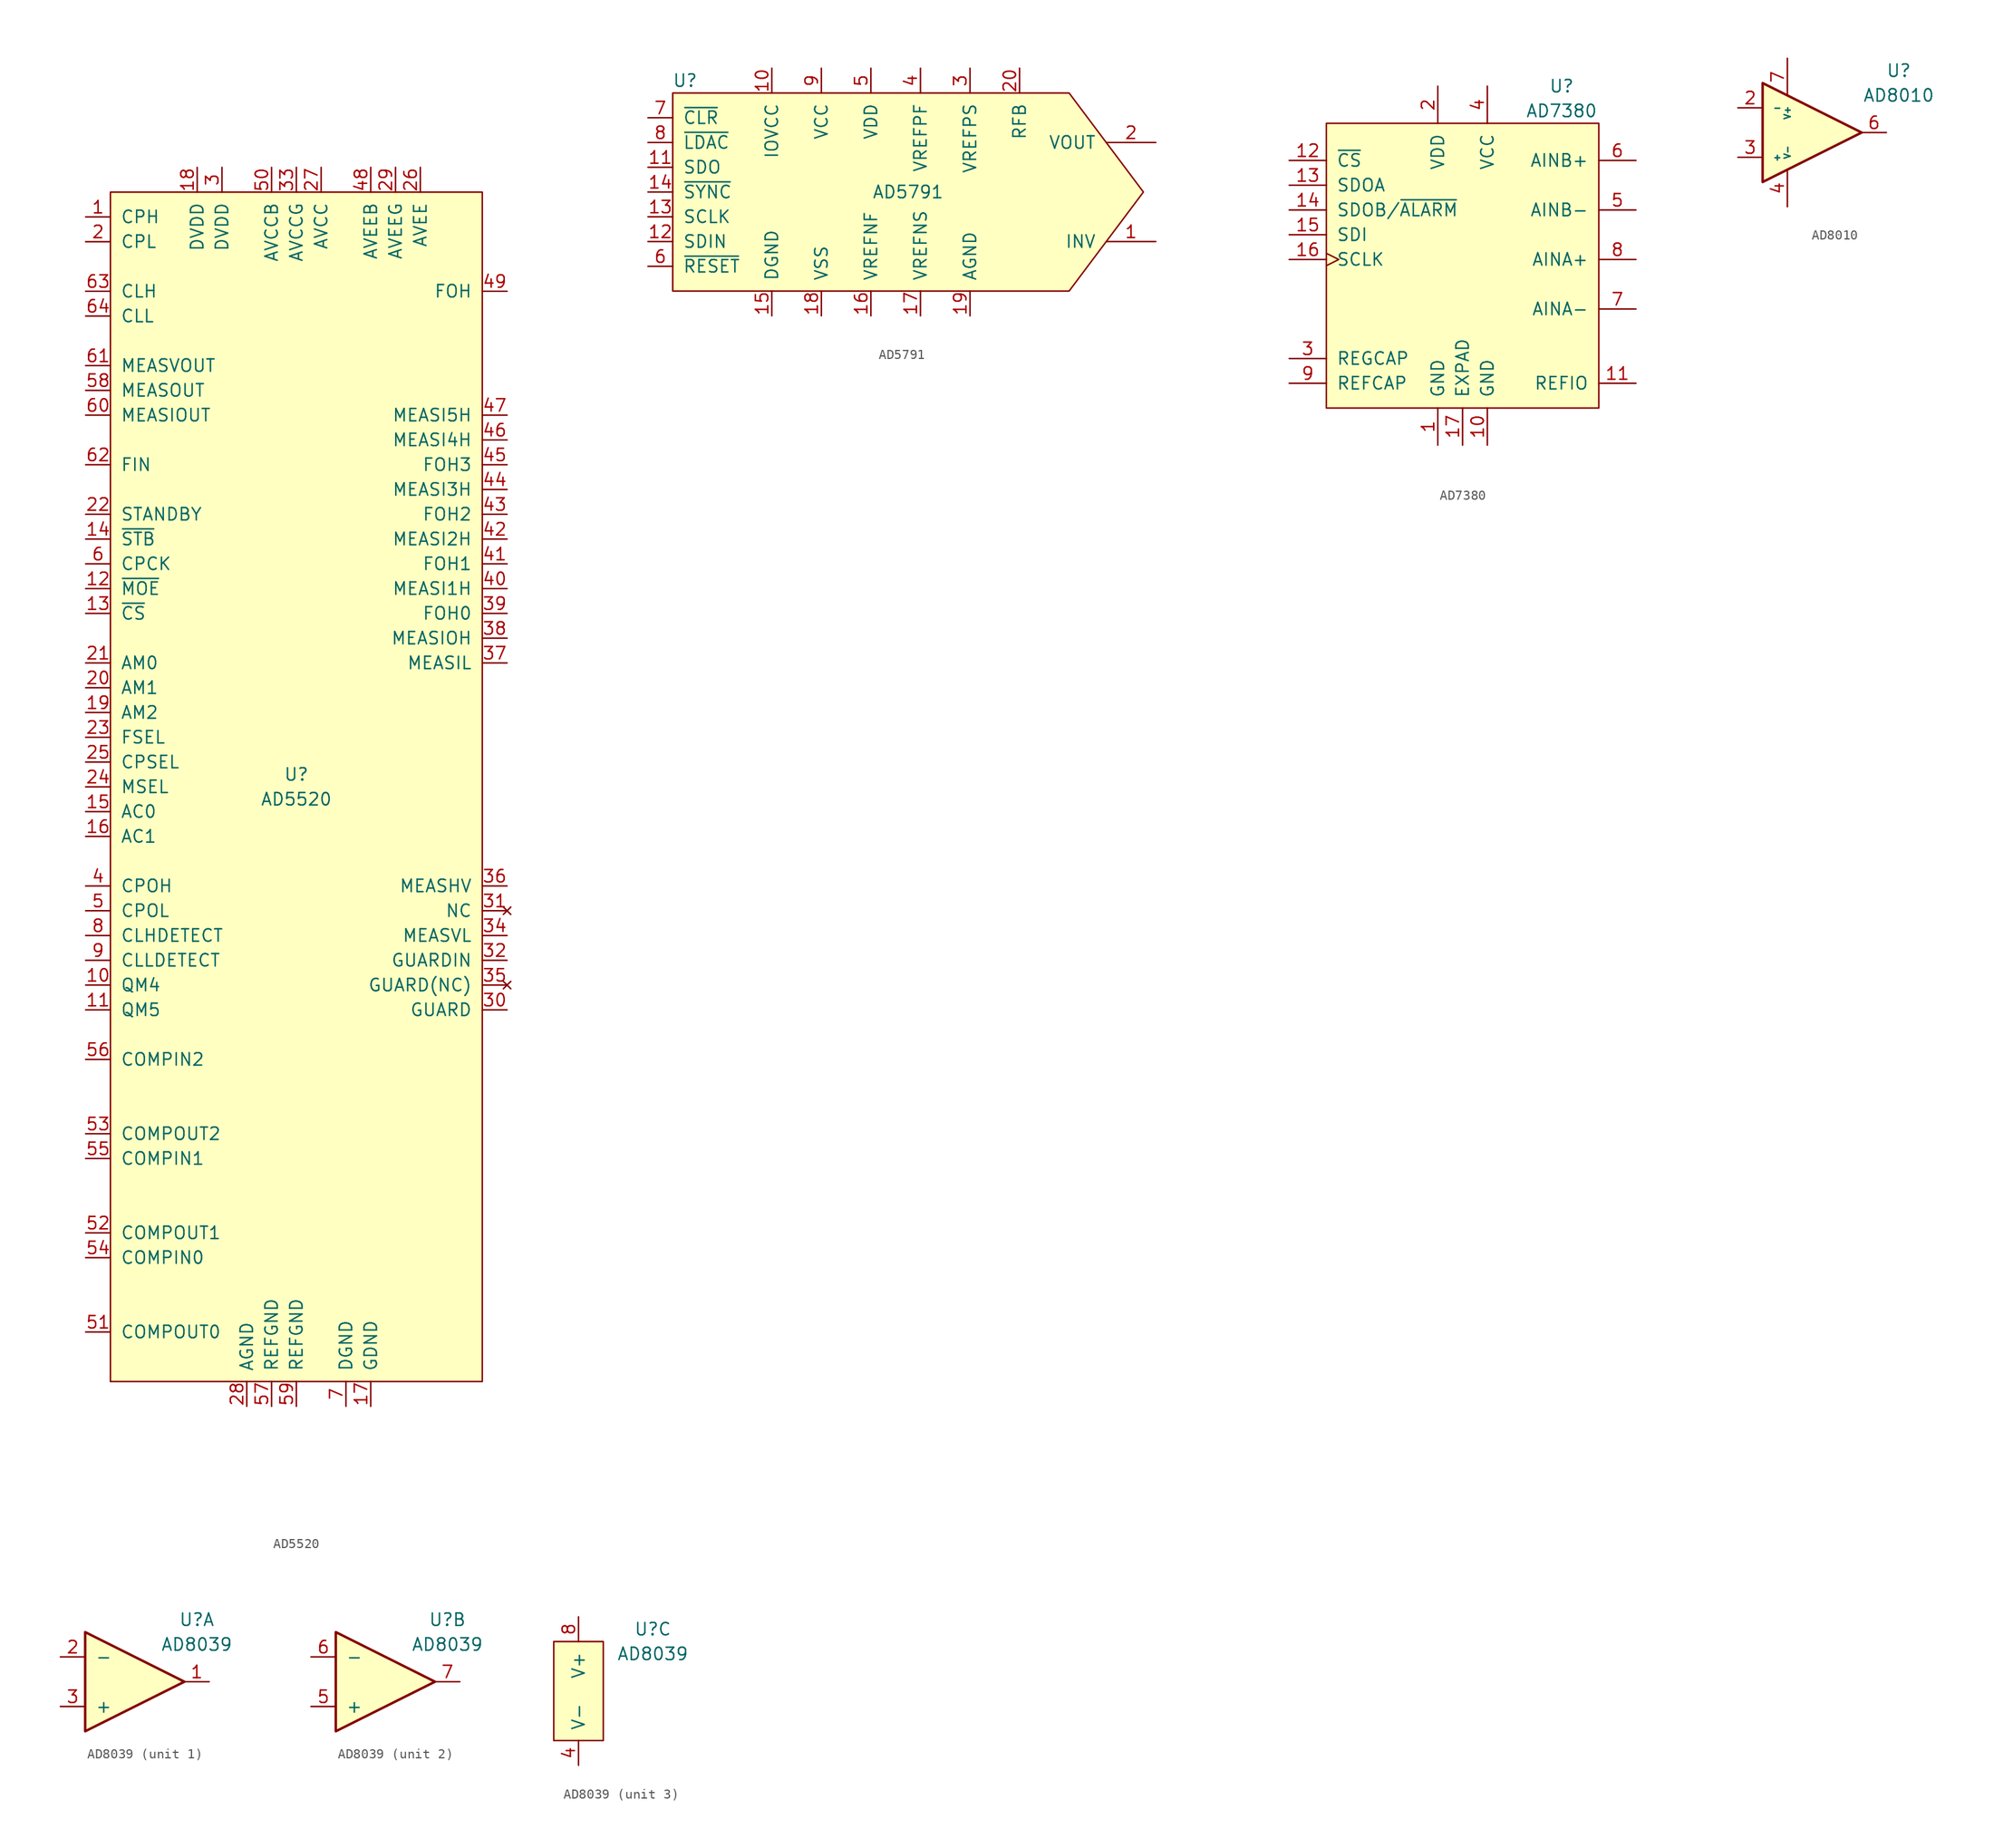
<source format=kicad_sym>
(kicad_symbol_lib
  (version 20220914)
  (generator kicad_symbol_editor)
  (symbol "AD5520"
    (pin_names
      (offset 1.016))
    (property "Reference" "U"
      (at 0 1.27 0)
      (effects (font (size 1.27 1.27))))
    (property "Value" "AD5520"
      (at 0 -1.27 0)
      (effects (font (size 1.27 1.27))))
    (symbol "AD5520_0_1"
      (rectangle (start -19.05 60.96) (end 19.05 -60.96) (stroke (width 0) (type solid)) (fill (type background))))
    (symbol "AD5520_1_1"
      (pin input line (at -21.59 58.42 0) (length 2.54) (name "CPH" (effects (font (size 1.27 1.27)))) (number "1" (effects (font (size 1.27 1.27)))))
      (pin output line (at -21.59 -20.32 0) (length 2.54) (name "QM4" (effects (font (size 1.27 1.27)))) (number "10" (effects (font (size 1.27 1.27)))))
      (pin output line (at -21.59 -22.86 0) (length 2.54) (name "QM5" (effects (font (size 1.27 1.27)))) (number "11" (effects (font (size 1.27 1.27)))))
      (pin input line (at -21.59 20.32 0) (length 2.54) (name "~{MOE}" (effects (font (size 1.27 1.27)))) (number "12" (effects (font (size 1.27 1.27)))))
      (pin input line (at -21.59 17.78 0) (length 2.54) (name "~{CS}" (effects (font (size 1.27 1.27)))) (number "13" (effects (font (size 1.27 1.27)))))
      (pin input line (at -21.59 25.4 0) (length 2.54) (name "~{STB}" (effects (font (size 1.27 1.27)))) (number "14" (effects (font (size 1.27 1.27)))))
      (pin input line (at -21.59 -2.54 0) (length 2.54) (name "AC0" (effects (font (size 1.27 1.27)))) (number "15" (effects (font (size 1.27 1.27)))))
      (pin input line (at -21.59 -5.08 0) (length 2.54) (name "AC1" (effects (font (size 1.27 1.27)))) (number "16" (effects (font (size 1.27 1.27)))))
      (pin passive line (at 7.62 -63.5 90) (length 2.54) (name "GDND" (effects (font (size 1.27 1.27)))) (number "17" (effects (font (size 1.27 1.27)))))
      (pin passive line (at -10.16 63.5 270) (length 2.54) (name "DVDD" (effects (font (size 1.27 1.27)))) (number "18" (effects (font (size 1.27 1.27)))))
      (pin input line (at -21.59 7.62 0) (length 2.54) (name "AM2" (effects (font (size 1.27 1.27)))) (number "19" (effects (font (size 1.27 1.27)))))
      (pin input line (at -21.59 55.88 0) (length 2.54) (name "CPL" (effects (font (size 1.27 1.27)))) (number "2" (effects (font (size 1.27 1.27)))))
      (pin input line (at -21.59 10.16 0) (length 2.54) (name "AM1" (effects (font (size 1.27 1.27)))) (number "20" (effects (font (size 1.27 1.27)))))
      (pin input line (at -21.59 12.7 0) (length 2.54) (name "AM0" (effects (font (size 1.27 1.27)))) (number "21" (effects (font (size 1.27 1.27)))))
      (pin input line (at -21.59 27.94 0) (length 2.54) (name "STANDBY" (effects (font (size 1.27 1.27)))) (number "22" (effects (font (size 1.27 1.27)))))
      (pin input line (at -21.59 5.08 0) (length 2.54) (name "FSEL" (effects (font (size 1.27 1.27)))) (number "23" (effects (font (size 1.27 1.27)))))
      (pin input line (at -21.59 0 0) (length 2.54) (name "MSEL" (effects (font (size 1.27 1.27)))) (number "24" (effects (font (size 1.27 1.27)))))
      (pin input line (at -21.59 2.54 0) (length 2.54) (name "CPSEL" (effects (font (size 1.27 1.27)))) (number "25" (effects (font (size 1.27 1.27)))))
      (pin passive line (at 12.7 63.5 270) (length 2.54) (name "AVEE" (effects (font (size 1.27 1.27)))) (number "26" (effects (font (size 1.27 1.27)))))
      (pin passive line (at 2.54 63.5 270) (length 2.54) (name "AVCC" (effects (font (size 1.27 1.27)))) (number "27" (effects (font (size 1.27 1.27)))))
      (pin passive line (at -5.08 -63.5 90) (length 2.54) (name "AGND" (effects (font (size 1.27 1.27)))) (number "28" (effects (font (size 1.27 1.27)))))
      (pin passive line (at 10.16 63.5 270) (length 2.54) (name "AVEEG" (effects (font (size 1.27 1.27)))) (number "29" (effects (font (size 1.27 1.27)))))
      (pin passive line (at -7.62 63.5 270) (length 2.54) (name "DVDD" (effects (font (size 1.27 1.27)))) (number "3" (effects (font (size 1.27 1.27)))))
      (pin output line (at 21.59 -22.86 180) (length 2.54) (name "GUARD" (effects (font (size 1.27 1.27)))) (number "30" (effects (font (size 1.27 1.27)))))
      (pin no_connect line (at 21.59 -12.7 180) (length 2.54) (name "NC" (effects (font (size 1.27 1.27)))) (number "31" (effects (font (size 1.27 1.27)))))
      (pin input line (at 21.59 -17.78 180) (length 2.54) (name "GUARDIN" (effects (font (size 1.27 1.27)))) (number "32" (effects (font (size 1.27 1.27)))))
      (pin passive line (at 0 63.5 270) (length 2.54) (name "AVCCG" (effects (font (size 1.27 1.27)))) (number "33" (effects (font (size 1.27 1.27)))))
      (pin input line (at 21.59 -15.24 180) (length 2.54) (name "MEASVL" (effects (font (size 1.27 1.27)))) (number "34" (effects (font (size 1.27 1.27)))))
      (pin no_connect line (at 21.59 -20.32 180) (length 2.54) (name "GUARD(NC)" (effects (font (size 1.27 1.27)))) (number "35" (effects (font (size 1.27 1.27)))))
      (pin input line (at 21.59 -10.16 180) (length 2.54) (name "MEASHV" (effects (font (size 1.27 1.27)))) (number "36" (effects (font (size 1.27 1.27)))))
      (pin input line (at 21.59 12.7 180) (length 2.54) (name "MEASIL" (effects (font (size 1.27 1.27)))) (number "37" (effects (font (size 1.27 1.27)))))
      (pin input line (at 21.59 15.24 180) (length 2.54) (name "MEASIOH" (effects (font (size 1.27 1.27)))) (number "38" (effects (font (size 1.27 1.27)))))
      (pin output line (at 21.59 17.78 180) (length 2.54) (name "FOH0" (effects (font (size 1.27 1.27)))) (number "39" (effects (font (size 1.27 1.27)))))
      (pin output line (at -21.59 -10.16 0) (length 2.54) (name "CPOH" (effects (font (size 1.27 1.27)))) (number "4" (effects (font (size 1.27 1.27)))))
      (pin input line (at 21.59 20.32 180) (length 2.54) (name "MEASI1H" (effects (font (size 1.27 1.27)))) (number "40" (effects (font (size 1.27 1.27)))))
      (pin output line (at 21.59 22.86 180) (length 2.54) (name "FOH1" (effects (font (size 1.27 1.27)))) (number "41" (effects (font (size 1.27 1.27)))))
      (pin input line (at 21.59 25.4 180) (length 2.54) (name "MEASI2H" (effects (font (size 1.27 1.27)))) (number "42" (effects (font (size 1.27 1.27)))))
      (pin output line (at 21.59 27.94 180) (length 2.54) (name "FOH2" (effects (font (size 1.27 1.27)))) (number "43" (effects (font (size 1.27 1.27)))))
      (pin input line (at 21.59 30.48 180) (length 2.54) (name "MEASI3H" (effects (font (size 1.27 1.27)))) (number "44" (effects (font (size 1.27 1.27)))))
      (pin output line (at 21.59 33.02 180) (length 2.54) (name "FOH3" (effects (font (size 1.27 1.27)))) (number "45" (effects (font (size 1.27 1.27)))))
      (pin input line (at 21.59 35.56 180) (length 2.54) (name "MEASI4H" (effects (font (size 1.27 1.27)))) (number "46" (effects (font (size 1.27 1.27)))))
      (pin input line (at 21.59 38.1 180) (length 2.54) (name "MEASI5H" (effects (font (size 1.27 1.27)))) (number "47" (effects (font (size 1.27 1.27)))))
      (pin passive line (at 7.62 63.5 270) (length 2.54) (name "AVEEB" (effects (font (size 1.27 1.27)))) (number "48" (effects (font (size 1.27 1.27)))))
      (pin output line (at 21.59 50.8 180) (length 2.54) (name "FOH" (effects (font (size 1.27 1.27)))) (number "49" (effects (font (size 1.27 1.27)))))
      (pin output line (at -21.59 -12.7 0) (length 2.54) (name "CPOL" (effects (font (size 1.27 1.27)))) (number "5" (effects (font (size 1.27 1.27)))))
      (pin passive line (at -2.54 63.5 270) (length 2.54) (name "AVCCB" (effects (font (size 1.27 1.27)))) (number "50" (effects (font (size 1.27 1.27)))))
      (pin output line (at -21.59 -55.88 0) (length 2.54) (name "COMPOUT0" (effects (font (size 1.27 1.27)))) (number "51" (effects (font (size 1.27 1.27)))))
      (pin output line (at -21.59 -45.72 0) (length 2.54) (name "COMPOUT1" (effects (font (size 1.27 1.27)))) (number "52" (effects (font (size 1.27 1.27)))))
      (pin output line (at -21.59 -35.56 0) (length 2.54) (name "COMPOUT2" (effects (font (size 1.27 1.27)))) (number "53" (effects (font (size 1.27 1.27)))))
      (pin input line (at -21.59 -48.26 0) (length 2.54) (name "COMPIN0" (effects (font (size 1.27 1.27)))) (number "54" (effects (font (size 1.27 1.27)))))
      (pin input line (at -21.59 -38.1 0) (length 2.54) (name "COMPIN1" (effects (font (size 1.27 1.27)))) (number "55" (effects (font (size 1.27 1.27)))))
      (pin input line (at -21.59 -27.94 0) (length 2.54) (name "COMPIN2" (effects (font (size 1.27 1.27)))) (number "56" (effects (font (size 1.27 1.27)))))
      (pin passive line (at -2.54 -63.5 90) (length 2.54) (name "REFGND" (effects (font (size 1.27 1.27)))) (number "57" (effects (font (size 1.27 1.27)))))
      (pin output line (at -21.59 40.64 0) (length 2.54) (name "MEASOUT" (effects (font (size 1.27 1.27)))) (number "58" (effects (font (size 1.27 1.27)))))
      (pin passive line (at 0 -63.5 90) (length 2.54) (name "REFGND" (effects (font (size 1.27 1.27)))) (number "59" (effects (font (size 1.27 1.27)))))
      (pin input line (at -21.59 22.86 0) (length 2.54) (name "CPCK" (effects (font (size 1.27 1.27)))) (number "6" (effects (font (size 1.27 1.27)))))
      (pin output line (at -21.59 38.1 0) (length 2.54) (name "MEASIOUT" (effects (font (size 1.27 1.27)))) (number "60" (effects (font (size 1.27 1.27)))))
      (pin output line (at -21.59 43.18 0) (length 2.54) (name "MEASVOUT" (effects (font (size 1.27 1.27)))) (number "61" (effects (font (size 1.27 1.27)))))
      (pin input line (at -21.59 33.02 0) (length 2.54) (name "FIN" (effects (font (size 1.27 1.27)))) (number "62" (effects (font (size 1.27 1.27)))))
      (pin input line (at -21.59 50.8 0) (length 2.54) (name "CLH" (effects (font (size 1.27 1.27)))) (number "63" (effects (font (size 1.27 1.27)))))
      (pin input line (at -21.59 48.26 0) (length 2.54) (name "CLL" (effects (font (size 1.27 1.27)))) (number "64" (effects (font (size 1.27 1.27)))))
      (pin passive line (at 5.08 -63.5 90) (length 2.54) (name "DGND" (effects (font (size 1.27 1.27)))) (number "7" (effects (font (size 1.27 1.27)))))
      (pin output line (at -21.59 -15.24 0) (length 2.54) (name "CLHDETECT" (effects (font (size 1.27 1.27)))) (number "8" (effects (font (size 1.27 1.27)))))
      (pin output line (at -21.59 -17.78 0) (length 2.54) (name "CLLDETECT" (effects (font (size 1.27 1.27)))) (number "9" (effects (font (size 1.27 1.27)))))))
  (symbol "AD5791"
    (pin_names
      (offset 1.016))
    (property "Reference" "U"
      (at -22.86 11.43 0)
      (effects (font (size 1.27 1.27))))
    (property "Value" "AD5791"
      (at 0 0 0)
      (effects (font (size 1.27 1.27))))
    (symbol "AD5791_0_1"
      (polyline (pts (xy 24.13 0) (xy 16.51 10.16) (xy -24.13 10.16) (xy -24.13 -10.16) (xy 16.51 -10.16) (xy 24.13 0)) (stroke (width 0) (type solid)) (fill (type background))))
    (symbol "AD5791_1_1"
      (pin output line (at 25.4 -5.08 180) (length 5.08) (name "INV" (effects (font (size 1.27 1.27)))) (number "1" (effects (font (size 1.27 1.27)))))
      (pin passive line (at -13.97 12.7 270) (length 2.54) (name "IOVCC" (effects (font (size 1.27 1.27)))) (number "10" (effects (font (size 1.27 1.27)))))
      (pin output line (at -26.67 2.54 0) (length 2.54) (name "SDO" (effects (font (size 1.27 1.27)))) (number "11" (effects (font (size 1.27 1.27)))))
      (pin input line (at -26.67 -5.08 0) (length 2.54) (name "SDIN" (effects (font (size 1.27 1.27)))) (number "12" (effects (font (size 1.27 1.27)))))
      (pin input line (at -26.67 -2.54 0) (length 2.54) (name "SCLK" (effects (font (size 1.27 1.27)))) (number "13" (effects (font (size 1.27 1.27)))))
      (pin input line (at -26.67 0 0) (length 2.54) (name "~{SYNC}" (effects (font (size 1.27 1.27)))) (number "14" (effects (font (size 1.27 1.27)))))
      (pin passive line (at -13.97 -12.7 90) (length 2.54) (name "DGND" (effects (font (size 1.27 1.27)))) (number "15" (effects (font (size 1.27 1.27)))))
      (pin passive line (at -3.81 -12.7 90) (length 2.54) (name "VREFNF" (effects (font (size 1.27 1.27)))) (number "16" (effects (font (size 1.27 1.27)))))
      (pin passive line (at 1.27 -12.7 90) (length 2.54) (name "VREFNS" (effects (font (size 1.27 1.27)))) (number "17" (effects (font (size 1.27 1.27)))))
      (pin passive line (at -8.89 -12.7 90) (length 2.54) (name "VSS" (effects (font (size 1.27 1.27)))) (number "18" (effects (font (size 1.27 1.27)))))
      (pin passive line (at 6.35 -12.7 90) (length 2.54) (name "AGND" (effects (font (size 1.27 1.27)))) (number "19" (effects (font (size 1.27 1.27)))))
      (pin output line (at 25.4 5.08 180) (length 5.08) (name "VOUT" (effects (font (size 1.27 1.27)))) (number "2" (effects (font (size 1.27 1.27)))))
      (pin passive line (at 11.43 12.7 270) (length 2.54) (name "RFB" (effects (font (size 1.27 1.27)))) (number "20" (effects (font (size 1.27 1.27)))))
      (pin passive line (at 6.35 12.7 270) (length 2.54) (name "VREFPS" (effects (font (size 1.27 1.27)))) (number "3" (effects (font (size 1.27 1.27)))))
      (pin passive line (at 1.27 12.7 270) (length 2.54) (name "VREFPF" (effects (font (size 1.27 1.27)))) (number "4" (effects (font (size 1.27 1.27)))))
      (pin passive line (at -3.81 12.7 270) (length 2.54) (name "VDD" (effects (font (size 1.27 1.27)))) (number "5" (effects (font (size 1.27 1.27)))))
      (pin input line (at -26.67 -7.62 0) (length 2.54) (name "~{RESET}" (effects (font (size 1.27 1.27)))) (number "6" (effects (font (size 1.27 1.27)))))
      (pin input line (at -26.67 7.62 0) (length 2.54) (name "~{CLR}" (effects (font (size 1.27 1.27)))) (number "7" (effects (font (size 1.27 1.27)))))
      (pin input line (at -26.67 5.08 0) (length 2.54) (name "~{LDAC}" (effects (font (size 1.27 1.27)))) (number "8" (effects (font (size 1.27 1.27)))))
      (pin passive line (at -8.89 12.7 270) (length 2.54) (name "VCC" (effects (font (size 1.27 1.27)))) (number "9" (effects (font (size 1.27 1.27)))))))
  (symbol "AD7380"
    (pin_names
      (offset 1.016))
    (property "Reference" "U"
      (at 10.16 19.05 0)
      (effects (font (size 1.27 1.27))))
    (property "Value" "AD7380"
      (at 10.16 16.51 0)
      (effects (font (size 1.27 1.27))))
    (symbol "AD7380_0_1"
      (rectangle (start -13.97 15.24) (end 13.97 -13.97) (stroke (width 0) (type solid)) (fill (type background))))
    (symbol "AD7380_1_1"
      (pin passive line (at -2.54 -17.78 90) (length 3.81) (name "GND" (effects (font (size 1.27 1.27)))) (number "1" (effects (font (size 1.27 1.27)))))
      (pin passive line (at 2.54 -17.78 90) (length 3.81) (name "GND" (effects (font (size 1.27 1.27)))) (number "10" (effects (font (size 1.27 1.27)))))
      (pin passive line (at 17.78 -11.43 180) (length 3.81) (name "REFIO" (effects (font (size 1.27 1.27)))) (number "11" (effects (font (size 1.27 1.27)))))
      (pin input line (at -17.78 11.43 0) (length 3.81) (name "~{CS}" (effects (font (size 1.27 1.27)))) (number "12" (effects (font (size 1.27 1.27)))))
      (pin output line (at -17.78 8.89 0) (length 3.81) (name "SDOA" (effects (font (size 1.27 1.27)))) (number "13" (effects (font (size 1.27 1.27)))))
      (pin output line (at -17.78 6.35 0) (length 3.81) (name "SDOB/~{ALARM}" (effects (font (size 1.27 1.27)))) (number "14" (effects (font (size 1.27 1.27)))))
      (pin input line (at -17.78 3.81 0) (length 3.81) (name "SDI" (effects (font (size 1.27 1.27)))) (number "15" (effects (font (size 1.27 1.27)))))
      (pin input clock (at -17.78 1.27 0) (length 3.81) (name "SCLK" (effects (font (size 1.27 1.27)))) (number "16" (effects (font (size 1.27 1.27)))))
      (pin passive line (at 0 -17.78 90) (length 3.81) (name "EXPAD" (effects (font (size 1.27 1.27)))) (number "17" (effects (font (size 1.27 1.27)))))
      (pin passive line (at -2.54 19.05 270) (length 3.81) (name "VDD" (effects (font (size 1.27 1.27)))) (number "2" (effects (font (size 1.27 1.27)))))
      (pin passive line (at -17.78 -8.89 0) (length 3.81) (name "REGCAP" (effects (font (size 1.27 1.27)))) (number "3" (effects (font (size 1.27 1.27)))))
      (pin passive line (at 2.54 19.05 270) (length 3.81) (name "VCC" (effects (font (size 1.27 1.27)))) (number "4" (effects (font (size 1.27 1.27)))))
      (pin input line (at 17.78 6.35 180) (length 3.81) (name "AINB-" (effects (font (size 1.27 1.27)))) (number "5" (effects (font (size 1.27 1.27)))))
      (pin input line (at 17.78 11.43 180) (length 3.81) (name "AINB+" (effects (font (size 1.27 1.27)))) (number "6" (effects (font (size 1.27 1.27)))))
      (pin input line (at 17.78 -3.81 180) (length 3.81) (name "AINA-" (effects (font (size 1.27 1.27)))) (number "7" (effects (font (size 1.27 1.27)))))
      (pin input line (at 17.78 1.27 180) (length 3.81) (name "AINA+" (effects (font (size 1.27 1.27)))) (number "8" (effects (font (size 1.27 1.27)))))
      (pin passive line (at -17.78 -11.43 0) (length 3.81) (name "REFCAP" (effects (font (size 1.27 1.27)))) (number "9" (effects (font (size 1.27 1.27)))))))
  (symbol "AD8010"
    (pin_names
      (offset 1.016))
    (property "Reference" "U"
      (at 10.16 6.35 0)
      (effects (font (size 1.27 1.27))))
    (property "Value" "AD8010"
      (at 10.16 3.81 0)
      (effects (font (size 1.27 1.27))))
    (symbol "AD8010_1_1"
      (polyline (pts (xy -3.81 5.08) (xy 6.35 0) (xy -3.81 -5.08) (xy -3.81 5.08)) (stroke (width 0.254) (type solid)) (fill (type background)))
      (pin no_connect non_logic (at 1.27 2.54 270) (length 0) hide (name "~" (effects (font (size 0.508 0.508)))) (number "1" (effects (font (size 1.27 1.27)))))
      (pin input line (at -6.35 2.54 0) (length 2.54) (name "-" (effects (font (size 0.635 0.635)))) (number "2" (effects (font (size 1.27 1.27)))))
      (pin input line (at -6.35 -2.54 0) (length 2.54) (name "+" (effects (font (size 0.635 0.635)))) (number "3" (effects (font (size 1.27 1.27)))))
      (pin power_in line (at -1.27 -7.62 90) (length 3.81) (name "V-" (effects (font (size 0.635 0.635)))) (number "4" (effects (font (size 1.27 1.27)))))
      (pin no_connect non_logic (at 3.81 1.27 270) (length 0) hide (name "~" (effects (font (size 0.508 0.508)))) (number "5" (effects (font (size 1.27 1.27)))))
      (pin output line (at 8.89 0 180) (length 2.54) (name "~" (effects (font (size 1.27 1.27)))) (number "6" (effects (font (size 1.27 1.27)))))
      (pin power_in line (at -1.27 7.62 270) (length 3.81) (name "V+" (effects (font (size 0.635 0.635)))) (number "7" (effects (font (size 1.27 1.27)))))
      (pin no_connect non_logic (at 3.81 -1.27 90) (length 0) hide (name "~" (effects (font (size 0.508 0.508)))) (number "8" (effects (font (size 1.27 1.27)))))))
  (symbol "AD8039"
    (pin_names
      (offset 1.016))
    (property "Reference" "U"
      (at 7.62 6.35 0)
      (effects (font (size 1.27 1.27))))
    (property "Value" "AD8039"
      (at 7.62 3.81 0)
      (effects (font (size 1.27 1.27))))
    (symbol "AD8039_1_1"
      (polyline (pts (xy -3.81 5.08) (xy 6.35 0) (xy -3.81 -5.08) (xy -3.81 5.08)) (stroke (width 0.254) (type solid)) (fill (type background)))
      (pin output line (at 8.89 0 180) (length 2.54) (name "~" (effects (font (size 1.27 1.27)))) (number "1" (effects (font (size 1.27 1.27)))))
      (pin input line (at -6.35 2.54 0) (length 2.54) (name "-" (effects (font (size 1.27 1.27)))) (number "2" (effects (font (size 1.27 1.27)))))
      (pin input line (at -6.35 -2.54 0) (length 2.54) (name "+" (effects (font (size 1.27 1.27)))) (number "3" (effects (font (size 1.27 1.27))))))
    (symbol "AD8039_2_1"
      (polyline (pts (xy -3.81 5.08) (xy 6.35 0) (xy -3.81 -5.08) (xy -3.81 5.08)) (stroke (width 0.254) (type solid)) (fill (type background)))
      (pin input line (at -6.35 -2.54 0) (length 2.54) (name "+" (effects (font (size 1.27 1.27)))) (number "5" (effects (font (size 1.27 1.27)))))
      (pin input line (at -6.35 2.54 0) (length 2.54) (name "-" (effects (font (size 1.27 1.27)))) (number "6" (effects (font (size 1.27 1.27)))))
      (pin output line (at 8.89 0 180) (length 2.54) (name "~" (effects (font (size 1.27 1.27)))) (number "7" (effects (font (size 1.27 1.27))))))
    (symbol "AD8039_3_1"
      (rectangle (start -2.54 5.08) (end 2.54 -5.08) (stroke (width 0) (type solid)) (fill (type background)))
      (pin passive line (at 0 -7.62 90) (length 2.54) (name "V-" (effects (font (size 1.27 1.27)))) (number "4" (effects (font (size 1.27 1.27)))))
      (pin passive line (at 0 7.62 270) (length 2.54) (name "V+" (effects (font (size 1.27 1.27)))) (number "8" (effects (font (size 1.27 1.27))))))))
</source>
